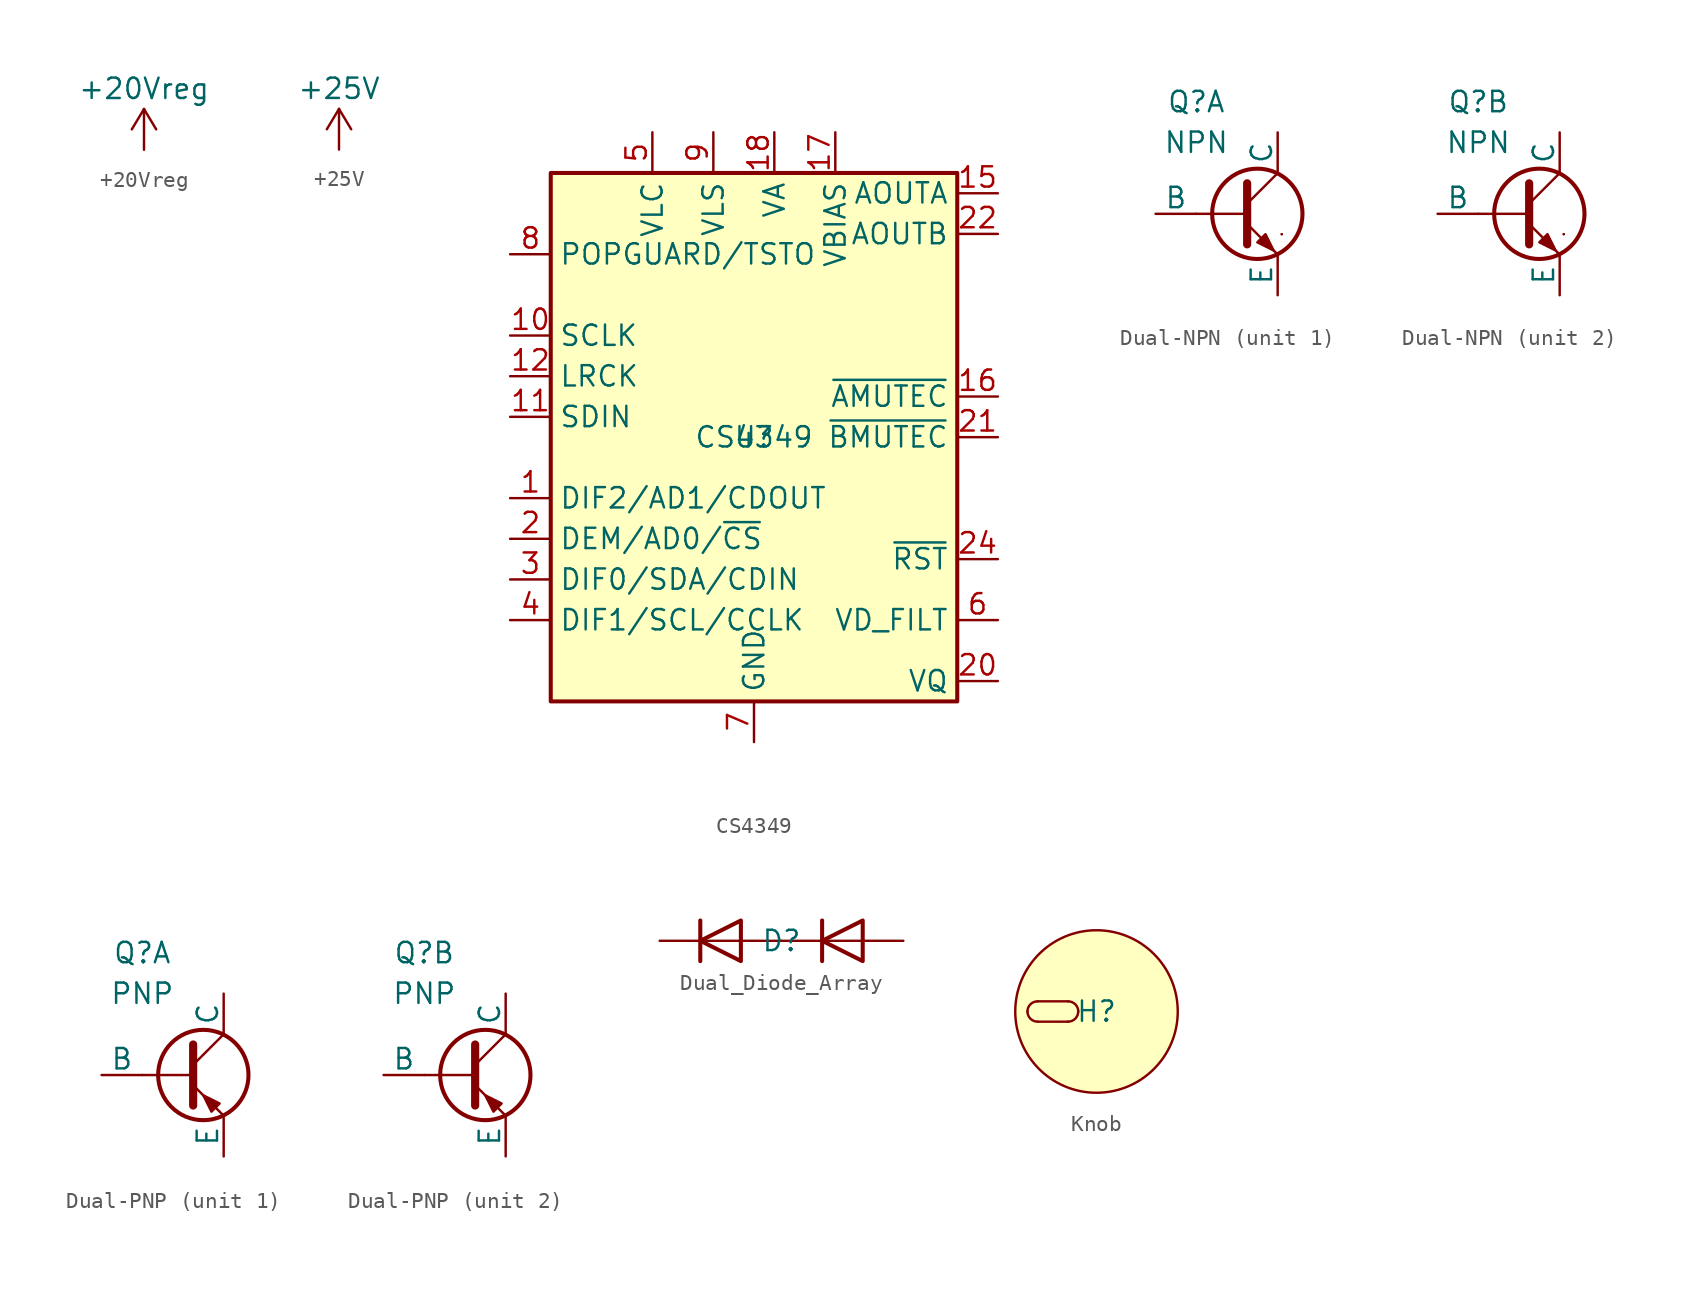
<source format=kicad_sym>
(kicad_symbol_lib
  (version 20220914)
  (generator kicad_symbol_editor)
  (symbol "+20Vreg"
    (power)
    (pin_names
      (offset 0))
    (property "Reference" "#PWR"
      (at 0 -3.81 0)
      (effects (font (size 1.27 1.27)) hide))
    (property "Value" "+20Vreg"
      (at 0 3.81 0)
      (effects (font (size 1.27 1.27))))
    (symbol "+20Vreg_0_1"
      (polyline (pts (xy -0.762 1.27) (xy 0 2.54)) (stroke (width 0) (type default)) (fill (type none)))
      (polyline (pts (xy 0 0) (xy 0 2.54)) (stroke (width 0) (type default)) (fill (type none)))
      (polyline (pts (xy 0 2.54) (xy 0.762 1.27)) (stroke (width 0) (type default)) (fill (type none))))
    (symbol "+20Vreg_1_1"
      (pin power_in line (at 0 0 90) (length 0) hide (name "+20Vreg" (effects (font (size 1.27 1.27)))) (number "1" (effects (font (size 1.27 1.27)))))))
  (symbol "+25V"
    (power)
    (pin_names
      (offset 0))
    (property "Reference" "#PWR"
      (at 0 -3.81 0)
      (effects (font (size 1.27 1.27)) hide))
    (property "Value" "+25V"
      (at 0 3.81 0)
      (effects (font (size 1.27 1.27))))
    (symbol "+25V_0_1"
      (polyline (pts (xy -0.762 1.27) (xy 0 2.54)) (stroke (width 0) (type default)) (fill (type none)))
      (polyline (pts (xy 0 0) (xy 0 2.54)) (stroke (width 0) (type default)) (fill (type none)))
      (polyline (pts (xy 0 2.54) (xy 0.762 1.27)) (stroke (width 0) (type default)) (fill (type none))))
    (symbol "+25V_1_1"
      (pin power_in line (at 0 0 90) (length 0) hide (name "+25V" (effects (font (size 1.27 1.27)))) (number "1" (effects (font (size 1.27 1.27)))))))
  (symbol "CS4349"
    (property "Reference" "U"
      (at 0 0 0)
      (effects (font (size 1.27 1.27))))
    (property "Value" "CS4349"
      (at 0 0 0)
      (effects (font (size 1.27 1.27))))
    (symbol "CS4349_0_1"
      (rectangle (start -12.7 16.51) (end 12.7 -16.51) (stroke (width 0.254) (type default)) (fill (type background))))
    (symbol "CS4349_1_1"
      (pin bidirectional line (at -15.24 -3.81 0) (length 2.54) (name "DIF2/AD1/CDOUT" (effects (font (size 1.27 1.27)))) (number "1" (effects (font (size 1.27 1.27)))))
      (pin input line (at -15.24 6.35 0) (length 2.54) (name "SCLK" (effects (font (size 1.27 1.27)))) (number "10" (effects (font (size 1.27 1.27)))))
      (pin input line (at -15.24 1.27 0) (length 2.54) (name "SDIN" (effects (font (size 1.27 1.27)))) (number "11" (effects (font (size 1.27 1.27)))))
      (pin input line (at -15.24 3.81 0) (length 2.54) (name "LRCK" (effects (font (size 1.27 1.27)))) (number "12" (effects (font (size 1.27 1.27)))))
      (pin no_connect line (at 2.54 -19.05 90) (length 2.54) hide (name "TSTO" (effects (font (size 1.27 1.27)))) (number "13" (effects (font (size 1.27 1.27)))))
      (pin no_connect line (at 5.08 -19.05 90) (length 2.54) hide (name "TSTO" (effects (font (size 1.27 1.27)))) (number "14" (effects (font (size 1.27 1.27)))))
      (pin output line (at 15.24 15.24 180) (length 2.54) (name "AOUTA" (effects (font (size 1.27 1.27)))) (number "15" (effects (font (size 1.27 1.27)))))
      (pin output line (at 15.24 2.54 180) (length 2.54) (name "~{AMUTEC}" (effects (font (size 1.27 1.27)))) (number "16" (effects (font (size 1.27 1.27)))))
      (pin passive line (at 5.08 19.05 270) (length 2.54) (name "VBIAS" (effects (font (size 1.27 1.27)))) (number "17" (effects (font (size 1.27 1.27)))))
      (pin power_in line (at 1.27 19.05 270) (length 2.54) (name "VA" (effects (font (size 1.27 1.27)))) (number "18" (effects (font (size 1.27 1.27)))))
      (pin passive line (at 0 -19.05 90) (length 2.54) hide (name "GND" (effects (font (size 1.27 1.27)))) (number "19" (effects (font (size 1.27 1.27)))))
      (pin input line (at -15.24 -6.35 0) (length 2.54) (name "DEM/AD0/~{CS}" (effects (font (size 1.27 1.27)))) (number "2" (effects (font (size 1.27 1.27)))))
      (pin output line (at 15.24 -15.24 180) (length 2.54) (name "VQ" (effects (font (size 1.27 1.27)))) (number "20" (effects (font (size 1.27 1.27)))))
      (pin output line (at 15.24 0 180) (length 2.54) (name "~{BMUTEC}" (effects (font (size 1.27 1.27)))) (number "21" (effects (font (size 1.27 1.27)))))
      (pin output line (at 15.24 12.7 180) (length 2.54) (name "AOUTB" (effects (font (size 1.27 1.27)))) (number "22" (effects (font (size 1.27 1.27)))))
      (pin no_connect line (at 7.62 -19.05 90) (length 2.54) hide (name "TSTO" (effects (font (size 1.27 1.27)))) (number "23" (effects (font (size 1.27 1.27)))))
      (pin input line (at 15.24 -7.62 180) (length 2.54) (name "~{RST}" (effects (font (size 1.27 1.27)))) (number "24" (effects (font (size 1.27 1.27)))))
      (pin bidirectional line (at -15.24 -8.89 0) (length 2.54) (name "DIF0/SDA/CDIN" (effects (font (size 1.27 1.27)))) (number "3" (effects (font (size 1.27 1.27)))))
      (pin input line (at -15.24 -11.43 0) (length 2.54) (name "DIF1/SCL/CCLK" (effects (font (size 1.27 1.27)))) (number "4" (effects (font (size 1.27 1.27)))))
      (pin power_in line (at -6.35 19.05 270) (length 2.54) (name "VLC" (effects (font (size 1.27 1.27)))) (number "5" (effects (font (size 1.27 1.27)))))
      (pin passive line (at 15.24 -11.43 180) (length 2.54) (name "VD_FILT" (effects (font (size 1.27 1.27)))) (number "6" (effects (font (size 1.27 1.27)))))
      (pin power_in line (at 0 -19.05 90) (length 2.54) (name "GND" (effects (font (size 1.27 1.27)))) (number "7" (effects (font (size 1.27 1.27)))))
      (pin passive line (at -15.24 11.43 0) (length 2.54) (name "POPGUARD/TSTO" (effects (font (size 1.27 1.27)))) (number "8" (effects (font (size 1.27 1.27)))))
      (pin power_in line (at -2.54 19.05 270) (length 2.54) (name "VLS" (effects (font (size 1.27 1.27)))) (number "9" (effects (font (size 1.27 1.27)))))))
  (symbol "Dual-NPN"
    (pin_numbers hide)
    (pin_names
      (offset 0))
    (property "Reference" "Q"
      (at -2.54 6.985 0)
      (effects (font (size 1.27 1.27))))
    (property "Value" "NPN"
      (at -2.54 4.445 0)
      (effects (font (size 1.27 1.27))))
    (symbol "Dual-NPN_0_1"
      (polyline (pts (xy -2.54 0) (xy 0.635 0)) (stroke (width 0.152) (type default)) (fill (type none)))
      (polyline (pts (xy 0.635 0.635) (xy 2.54 2.54)) (stroke (width 0) (type default)) (fill (type none)))
      (polyline (pts (xy 2.794 -1.27) (xy 2.794 -1.27)) (stroke (width 0.152) (type default)) (fill (type none)))
      (polyline (pts (xy 2.794 -1.27) (xy 2.794 -1.27)) (stroke (width 0.152) (type default)) (fill (type none)))
      (polyline (pts (xy 0.635 -0.635) (xy 2.54 -2.54) (xy 2.54 -2.54)) (stroke (width 0) (type default)) (fill (type none)))
      (polyline (pts (xy 0.635 1.905) (xy 0.635 -1.905) (xy 0.635 -1.905)) (stroke (width 0.508) (type default)) (fill (type none)))
      (polyline (pts (xy 1.27 -1.778) (xy 1.778 -1.27) (xy 2.286 -2.286) (xy 1.27 -1.778) (xy 1.27 -1.778)) (stroke (width 0) (type default)) (fill (type outline)))
      (circle (center 1.27 0) (radius 2.819) (stroke (width 0.254) (type default)) (fill (type none))))
    (symbol "Dual-NPN_1_1"
      (pin input line (at -5.08 0 0) (length 2.54) (name "B" (effects (font (size 1.27 1.27)))) (number "1" (effects (font (size 1.27 1.27)))))
      (pin open_emitter line (at 2.54 -5.08 90) (length 2.54) (name "E" (effects (font (size 1.27 1.27)))) (number "5" (effects (font (size 1.27 1.27)))))
      (pin open_collector line (at 2.54 5.08 270) (length 2.54) (name "C" (effects (font (size 1.27 1.27)))) (number "6" (effects (font (size 1.27 1.27))))))
    (symbol "Dual-NPN_2_1"
      (pin input line (at -5.08 0 0) (length 2.54) (name "B" (effects (font (size 1.27 1.27)))) (number "2" (effects (font (size 1.27 1.27)))))
      (pin open_collector line (at 2.54 5.08 270) (length 2.54) (name "C" (effects (font (size 1.27 1.27)))) (number "3" (effects (font (size 1.27 1.27)))))
      (pin open_emitter line (at 2.54 -5.08 90) (length 2.54) (name "E" (effects (font (size 1.27 1.27)))) (number "4" (effects (font (size 1.27 1.27)))))))
  (symbol "Dual-PNP"
    (pin_numbers hide)
    (pin_names
      (offset 0))
    (property "Reference" "Q"
      (at -2.54 7.62 0)
      (effects (font (size 1.27 1.27))))
    (property "Value" "PNP"
      (at -2.54 5.08 0)
      (effects (font (size 1.27 1.27))))
    (symbol "Dual-PNP_0_1"
      (polyline (pts (xy -2.54 0) (xy 0.635 0)) (stroke (width 0.152) (type default)) (fill (type none)))
      (polyline (pts (xy 0.635 0.635) (xy 2.54 2.54)) (stroke (width 0) (type default)) (fill (type none)))
      (polyline (pts (xy 0.635 -0.635) (xy 2.54 -2.54) (xy 2.54 -2.54)) (stroke (width 0) (type default)) (fill (type none)))
      (polyline (pts (xy 0.635 1.905) (xy 0.635 -1.905) (xy 0.635 -1.905)) (stroke (width 0.508) (type default)) (fill (type none)))
      (polyline (pts (xy 2.286 -1.778) (xy 1.778 -2.286) (xy 1.27 -1.27) (xy 2.286 -1.778) (xy 2.286 -1.778)) (stroke (width 0) (type default)) (fill (type outline)))
      (circle (center 1.27 0) (radius 2.819) (stroke (width 0.254) (type default)) (fill (type none))))
    (symbol "Dual-PNP_1_1"
      (pin input line (at -5.08 0 0) (length 2.54) (name "B" (effects (font (size 1.27 1.27)))) (number "1" (effects (font (size 1.27 1.27)))))
      (pin open_emitter line (at 2.54 -5.08 90) (length 2.54) (name "E" (effects (font (size 1.27 1.27)))) (number "5" (effects (font (size 1.27 1.27)))))
      (pin open_collector line (at 2.54 5.08 270) (length 2.54) (name "C" (effects (font (size 1.27 1.27)))) (number "6" (effects (font (size 1.27 1.27))))))
    (symbol "Dual-PNP_2_1"
      (pin input line (at -5.08 0 0) (length 2.54) (name "B" (effects (font (size 1.27 1.27)))) (number "2" (effects (font (size 1.27 1.27)))))
      (pin open_collector line (at 2.54 5.08 270) (length 2.54) (name "C" (effects (font (size 1.27 1.27)))) (number "3" (effects (font (size 1.27 1.27)))))
      (pin open_emitter line (at 2.54 -5.08 90) (length 2.54) (name "E" (effects (font (size 1.27 1.27)))) (number "4" (effects (font (size 1.27 1.27)))))))
  (symbol "Dual_Diode_Array"
    (pin_numbers hide)
    (pin_names
      (offset 0) hide)
    (property "Reference" "D"
      (at 0 0 0)
      (effects (font (size 1.27 1.27))))
    (property "Value" ""
      (at 0 0 0)
      (effects (font (size 1.27 1.27))))
    (symbol "Dual_Diode_Array_0_1"
      (polyline (pts (xy -5.08 1.27) (xy -5.08 -1.27)) (stroke (width 0.254) (type default)) (fill (type none)))
      (polyline (pts (xy -2.54 0) (xy -5.08 0)) (stroke (width 0) (type default)) (fill (type none)))
      (polyline (pts (xy 2.54 0) (xy 0 0)) (stroke (width 0) (type default)) (fill (type none)))
      (polyline (pts (xy 2.54 1.27) (xy 2.54 -1.27)) (stroke (width 0.254) (type default)) (fill (type none)))
      (polyline (pts (xy 5.08 0) (xy 2.54 0)) (stroke (width 0) (type default)) (fill (type none)))
      (polyline (pts (xy -2.54 1.27) (xy -2.54 -1.27) (xy -5.08 0) (xy -2.54 1.27)) (stroke (width 0.254) (type default)) (fill (type none)))
      (polyline (pts (xy 5.08 1.27) (xy 5.08 -1.27) (xy 2.54 0) (xy 5.08 1.27)) (stroke (width 0.254) (type default)) (fill (type none))))
    (symbol "Dual_Diode_Array_1_1"
      (pin passive line (at 7.62 0 180) (length 2.54) (name "A" (effects (font (size 1.27 1.27)))) (number "1" (effects (font (size 1.27 1.27)))))
      (pin passive line (at -7.62 0 0) (length 2.54) (name "C" (effects (font (size 1.27 1.27)))) (number "2" (effects (font (size 1.27 1.27)))))
      (pin passive line (at 0 0 180) (length 2.54) (name "C/A" (effects (font (size 1.27 1.27)))) (number "3" (effects (font (size 1.27 1.27)))))))
  (symbol "Knob"
    (pin_numbers hide)
    (pin_names
      (offset 0) hide)
    (property "Reference" "H"
      (at 0 0 0)
      (effects (font (size 1.27 1.27))))
    (property "Value" ""
      (at 0 0 0)
      (effects (font (size 1.27 1.27))))
    (symbol "Knob_0_1"
      (arc (start -4.318 0) (mid -4.132 -0.449) (end -3.683 -0.635) (stroke (width 0) (type default)) (fill (type none)))
      (arc (start -3.683 0.635) (mid -4.132 0.449) (end -4.318 0) (stroke (width 0) (type default)) (fill (type none)))
      (arc (start -1.778 -0.635) (mid -1.329 -0.449) (end -1.143 0) (stroke (width 0) (type default)) (fill (type none)))
      (arc (start -1.143 0) (mid -1.329 0.449) (end -1.778 0.635) (stroke (width 0) (type default)) (fill (type none)))
      (polyline (pts (xy -3.683 -0.635) (xy -1.778 -0.635)) (stroke (width 0) (type default)) (fill (type none)))
      (polyline (pts (xy -1.778 0.635) (xy -3.683 0.635)) (stroke (width 0) (type default)) (fill (type none)))
      (circle (center 0 0) (radius 5.08) (stroke (width 0) (type default)) (fill (type background))))))
</source>
